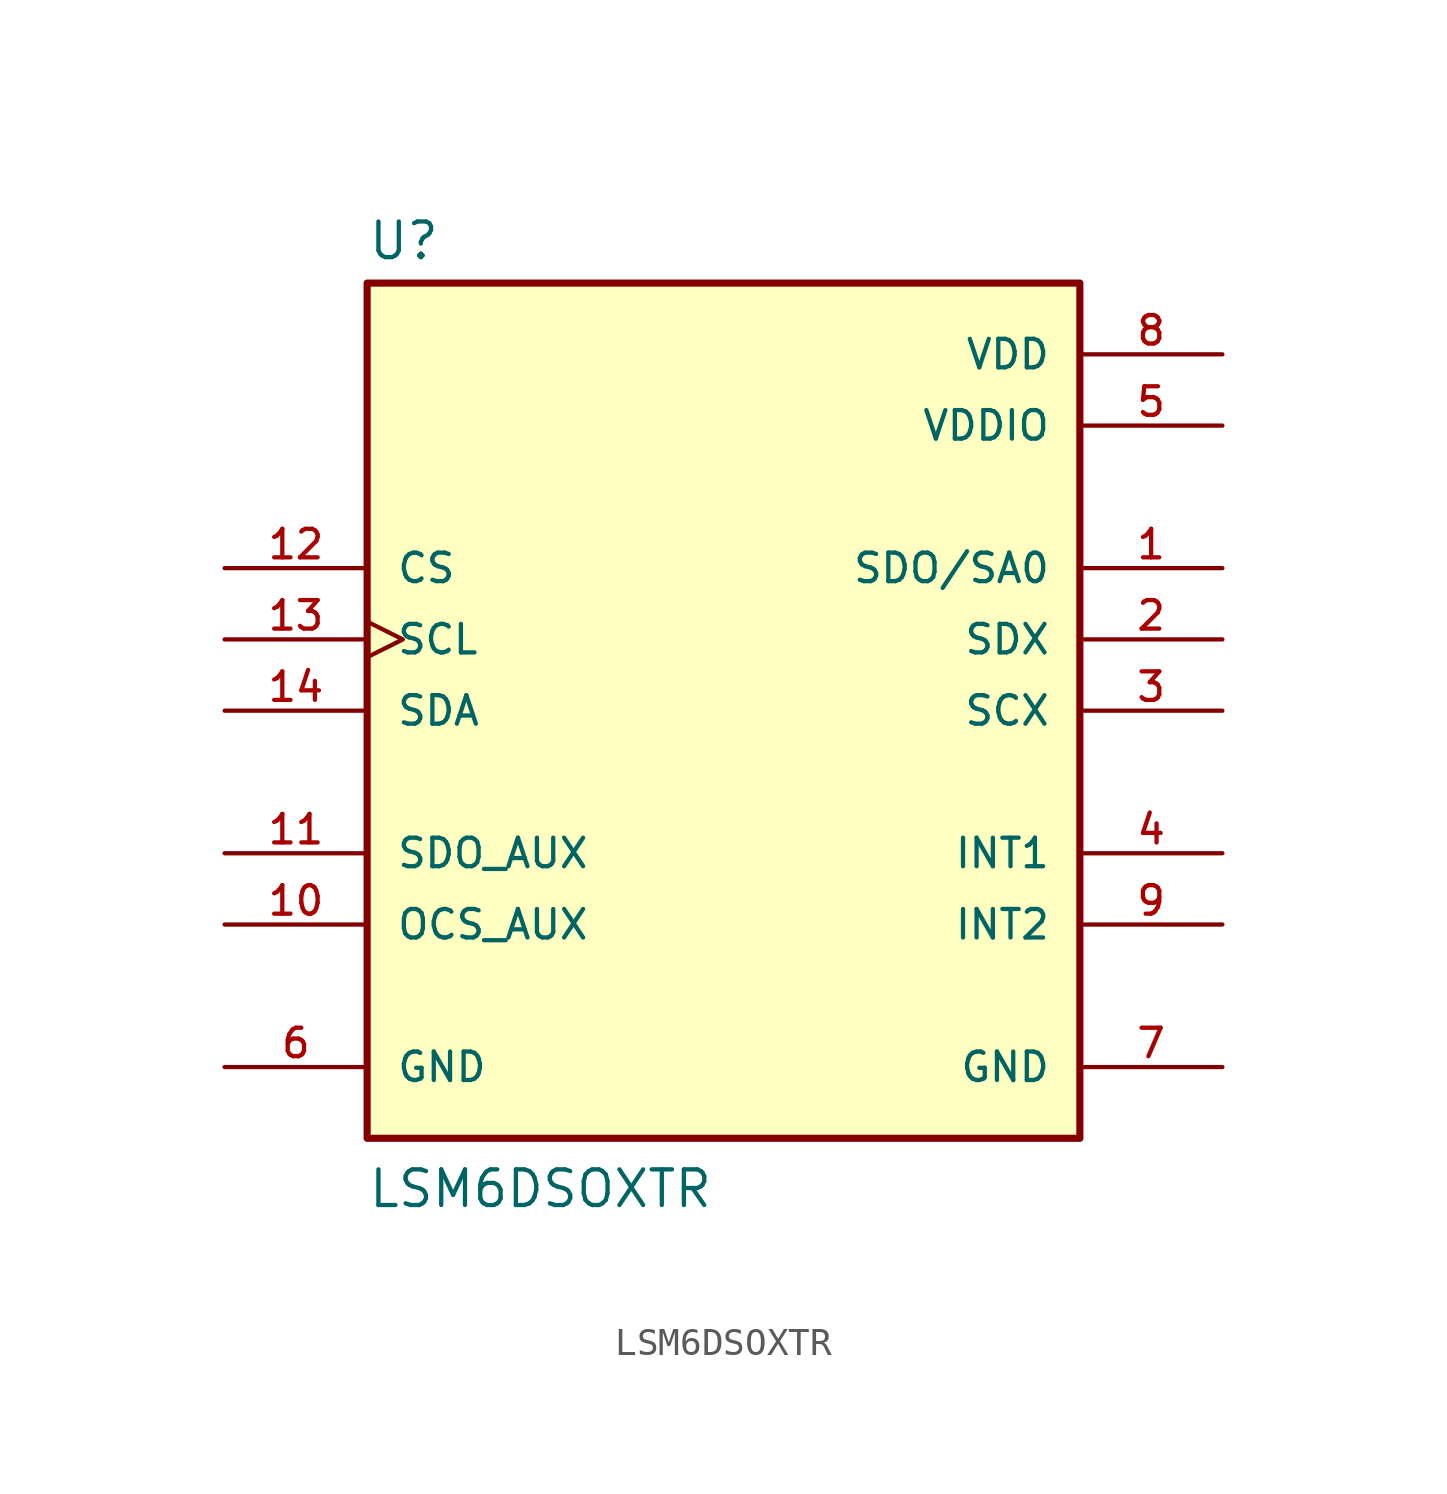
<source format=kicad_sym>
(kicad_symbol_lib
  (version 20220914)
  (generator kicad_symbol_editor)
  (symbol "LSM6DSOXTR"
    (pin_names
      (offset 1.016))
    (property "Reference" "U"
      (at -12.7 16.002 0)
      (effects (font (size 1.27 1.27)) (justify left bottom)))
    (property "Value" "LSM6DSOXTR"
      (at -12.7 -17.78 0)
      (effects (font (size 1.27 1.27)) (justify left bottom)))
    (symbol "LSM6DSOXTR_0_0"
      (rectangle (start -12.7 -15.24) (end 12.7 15.24) (stroke (width 0.254) (type default)) (fill (type background)))
      (pin bidirectional line (at 17.78 5.08 180) (length 5.08) (name "SDO/SA0" (effects (font (size 1.016 1.016)))) (number "1" (effects (font (size 1.016 1.016)))))
      (pin bidirectional line (at -17.78 -7.62 0) (length 5.08) (name "OCS_AUX" (effects (font (size 1.016 1.016)))) (number "10" (effects (font (size 1.016 1.016)))))
      (pin bidirectional line (at -17.78 -5.08 0) (length 5.08) (name "SDO_AUX" (effects (font (size 1.016 1.016)))) (number "11" (effects (font (size 1.016 1.016)))))
      (pin input line (at -17.78 5.08 0) (length 5.08) (name "CS" (effects (font (size 1.016 1.016)))) (number "12" (effects (font (size 1.016 1.016)))))
      (pin input clock (at -17.78 2.54 0) (length 5.08) (name "SCL" (effects (font (size 1.016 1.016)))) (number "13" (effects (font (size 1.016 1.016)))))
      (pin bidirectional line (at -17.78 0 0) (length 5.08) (name "SDA" (effects (font (size 1.016 1.016)))) (number "14" (effects (font (size 1.016 1.016)))))
      (pin bidirectional line (at 17.78 2.54 180) (length 5.08) (name "SDX" (effects (font (size 1.016 1.016)))) (number "2" (effects (font (size 1.016 1.016)))))
      (pin bidirectional line (at 17.78 0 180) (length 5.08) (name "SCX" (effects (font (size 1.016 1.016)))) (number "3" (effects (font (size 1.016 1.016)))))
      (pin output line (at 17.78 -5.08 180) (length 5.08) (name "INT1" (effects (font (size 1.016 1.016)))) (number "4" (effects (font (size 1.016 1.016)))))
      (pin power_in line (at 17.78 10.16 180) (length 5.08) (name "VDDIO" (effects (font (size 1.016 1.016)))) (number "5" (effects (font (size 1.016 1.016)))))
      (pin power_in line (at -17.78 -12.7 0) (length 5.08) (name "GND" (effects (font (size 1.016 1.016)))) (number "6" (effects (font (size 1.016 1.016)))))
      (pin power_in line (at 17.78 -12.7 180) (length 5.08) (name "GND" (effects (font (size 1.016 1.016)))) (number "7" (effects (font (size 1.016 1.016)))))
      (pin power_in line (at 17.78 12.7 180) (length 5.08) (name "VDD" (effects (font (size 1.016 1.016)))) (number "8" (effects (font (size 1.016 1.016)))))
      (pin output line (at 17.78 -7.62 180) (length 5.08) (name "INT2" (effects (font (size 1.016 1.016)))) (number "9" (effects (font (size 1.016 1.016))))))))
</source>
